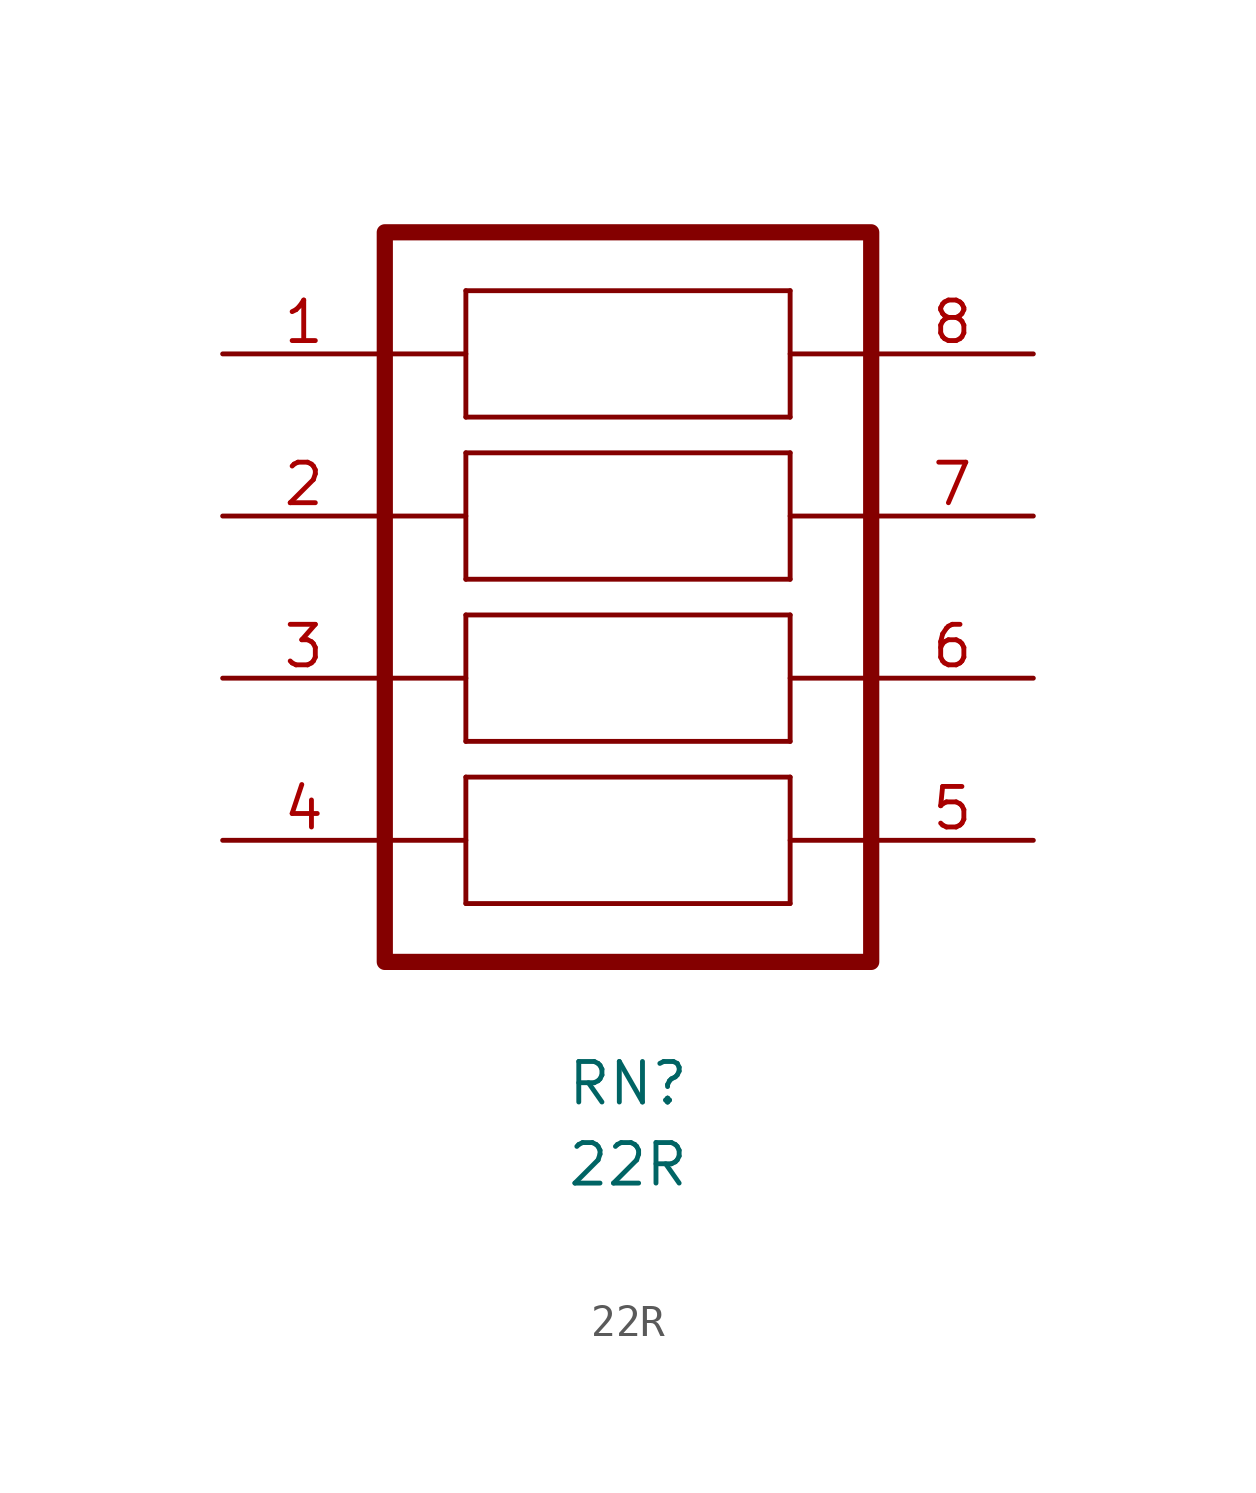
<source format=kicad_sym>
(kicad_symbol_lib
  (version 20211014)
  (generator kicad_symbol_editor)
  (symbol "22R"
    (pin_names
      (offset 1.016) hide)
    (property "Reference" "RN"
      (at 12.7 -22.86 0)
      (effects (font (size 1.27 1.27))))
    (property "Value" "22R"
      (at 12.7 -25.4 0)
      (effects (font (size 1.27 1.27))))
    (symbol "22R_0_1"
      (polyline (pts (xy 5.08 -15.24) (xy 7.62 -15.24)) (stroke (width 0) (type default) (color 0 0 0 0)) (fill (type none)))
      (polyline (pts (xy 5.08 -10.16) (xy 7.62 -10.16)) (stroke (width 0) (type default) (color 0 0 0 0)) (fill (type none)))
      (polyline (pts (xy 5.08 -5.08) (xy 7.62 -5.08)) (stroke (width 0) (type default) (color 0 0 0 0)) (fill (type none)))
      (polyline (pts (xy 5.08 0) (xy 7.62 0)) (stroke (width 0) (type default) (color 0 0 0 0)) (fill (type none)))
      (polyline (pts (xy 17.78 0) (xy 20.32 0)) (stroke (width 0) (type default) (color 0 0 0 0)) (fill (type none)))
      (polyline (pts (xy 20.32 -15.24) (xy 17.78 -15.24)) (stroke (width 0) (type default) (color 0 0 0 0)) (fill (type none)))
      (polyline (pts (xy 20.32 -10.16) (xy 17.78 -10.16)) (stroke (width 0) (type default) (color 0 0 0 0)) (fill (type none)))
      (polyline (pts (xy 20.32 -5.08) (xy 17.78 -5.08)) (stroke (width 0) (type default) (color 0 0 0 0)) (fill (type none))))
    (symbol "22R_1_1"
      (polyline (pts (xy 7.62 -17.221) (xy 17.78 -17.221)) (stroke (width 0) (type default) (color 0 0 0 0)) (fill (type none)))
      (polyline (pts (xy 7.62 -13.259) (xy 7.62 -17.221)) (stroke (width 0) (type default) (color 0 0 0 0)) (fill (type none)))
      (polyline (pts (xy 7.62 -13.259) (xy 17.78 -13.259)) (stroke (width 0) (type default) (color 0 0 0 0)) (fill (type none)))
      (polyline (pts (xy 7.62 -12.141) (xy 17.78 -12.141)) (stroke (width 0) (type default) (color 0 0 0 0)) (fill (type none)))
      (polyline (pts (xy 7.62 -8.179) (xy 7.62 -12.141)) (stroke (width 0) (type default) (color 0 0 0 0)) (fill (type none)))
      (polyline (pts (xy 7.62 -8.179) (xy 17.78 -8.179)) (stroke (width 0) (type default) (color 0 0 0 0)) (fill (type none)))
      (polyline (pts (xy 7.62 -7.061) (xy 17.78 -7.061)) (stroke (width 0) (type default) (color 0 0 0 0)) (fill (type none)))
      (polyline (pts (xy 7.62 -3.099) (xy 7.62 -7.061)) (stroke (width 0) (type default) (color 0 0 0 0)) (fill (type none)))
      (polyline (pts (xy 7.62 -3.099) (xy 17.78 -3.099)) (stroke (width 0) (type default) (color 0 0 0 0)) (fill (type none)))
      (polyline (pts (xy 7.62 -1.981) (xy 17.78 -1.981)) (stroke (width 0) (type default) (color 0 0 0 0)) (fill (type none)))
      (polyline (pts (xy 7.62 1.981) (xy 7.62 -1.981)) (stroke (width 0) (type default) (color 0 0 0 0)) (fill (type none)))
      (polyline (pts (xy 7.62 1.981) (xy 17.78 1.981)) (stroke (width 0) (type default) (color 0 0 0 0)) (fill (type none)))
      (polyline (pts (xy 17.78 -13.259) (xy 17.78 -17.221)) (stroke (width 0) (type default) (color 0 0 0 0)) (fill (type none)))
      (polyline (pts (xy 17.78 -8.179) (xy 17.78 -12.141)) (stroke (width 0) (type default) (color 0 0 0 0)) (fill (type none)))
      (polyline (pts (xy 17.78 -3.099) (xy 17.78 -7.061)) (stroke (width 0) (type default) (color 0 0 0 0)) (fill (type none)))
      (polyline (pts (xy 17.78 1.981) (xy 17.78 -1.981)) (stroke (width 0) (type default) (color 0 0 0 0)) (fill (type none)))
      (rectangle (start 5.08 3.81) (end 20.32 -19.05) (stroke (width 0.508) (type default) (color 0 0 0 0)) (fill (type none)))
      (pin passive line (at 0 0 0) (length 5.08) (name "1" (effects (font (size 1.27 1.27)))) (number "1" (effects (font (size 1.27 1.27)))))
      (pin passive line (at 0 -5.08 0) (length 5.08) (name "2" (effects (font (size 1.27 1.27)))) (number "2" (effects (font (size 1.27 1.27)))))
      (pin passive line (at 0 -10.16 0) (length 5.08) (name "3" (effects (font (size 1.27 1.27)))) (number "3" (effects (font (size 1.27 1.27)))))
      (pin passive line (at 0 -15.24 0) (length 5.08) (name "4" (effects (font (size 1.27 1.27)))) (number "4" (effects (font (size 1.27 1.27)))))
      (pin passive line (at 25.4 -15.24 180) (length 5.08) (name "5" (effects (font (size 1.27 1.27)))) (number "5" (effects (font (size 1.27 1.27)))))
      (pin passive line (at 25.4 -10.16 180) (length 5.08) (name "6" (effects (font (size 1.27 1.27)))) (number "6" (effects (font (size 1.27 1.27)))))
      (pin passive line (at 25.4 -5.08 180) (length 5.08) (name "7" (effects (font (size 1.27 1.27)))) (number "7" (effects (font (size 1.27 1.27)))))
      (pin passive line (at 25.4 0 180) (length 5.08) (name "8" (effects (font (size 1.27 1.27)))) (number "8" (effects (font (size 1.27 1.27))))))))
</source>
